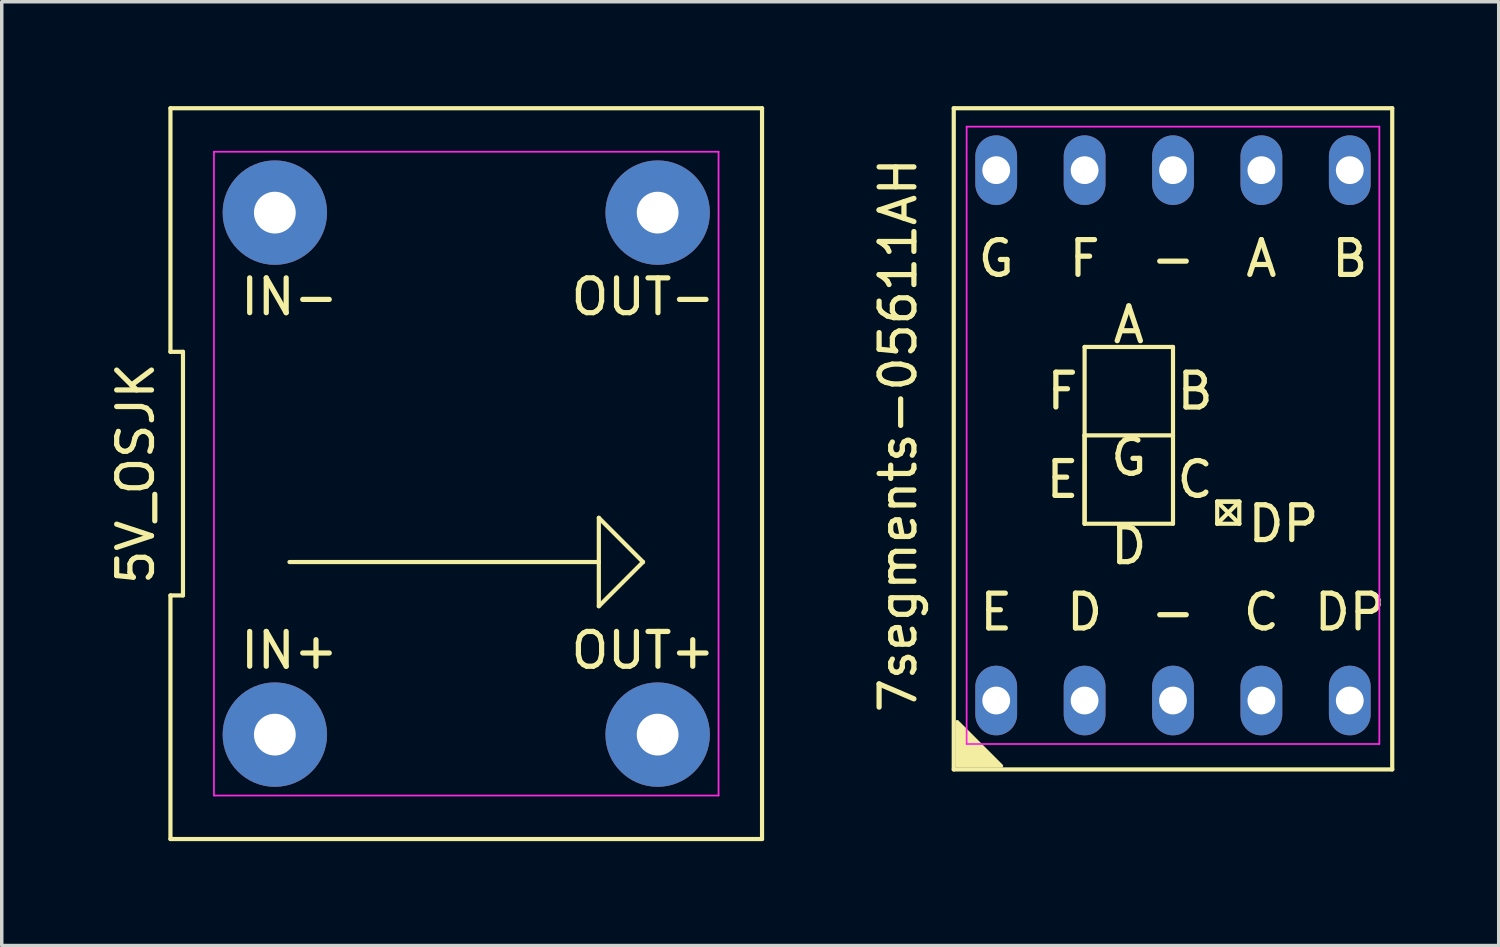
<source format=kicad_pcb>
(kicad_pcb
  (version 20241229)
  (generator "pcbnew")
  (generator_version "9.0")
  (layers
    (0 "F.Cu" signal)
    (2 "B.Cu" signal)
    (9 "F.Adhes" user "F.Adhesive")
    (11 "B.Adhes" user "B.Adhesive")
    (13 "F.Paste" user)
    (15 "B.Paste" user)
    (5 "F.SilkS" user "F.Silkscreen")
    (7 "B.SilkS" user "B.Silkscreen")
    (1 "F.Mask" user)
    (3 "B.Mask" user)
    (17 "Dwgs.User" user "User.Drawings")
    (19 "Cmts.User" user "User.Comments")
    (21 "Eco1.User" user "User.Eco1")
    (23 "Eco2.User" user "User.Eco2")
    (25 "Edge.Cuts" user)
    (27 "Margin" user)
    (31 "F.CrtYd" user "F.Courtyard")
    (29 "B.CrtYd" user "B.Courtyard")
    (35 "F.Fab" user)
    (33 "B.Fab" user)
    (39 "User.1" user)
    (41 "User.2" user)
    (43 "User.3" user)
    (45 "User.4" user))
  (footprint "7segments-05611AH"
    (layer "F.Cu")
    (at 30.657 9.46)
    (property "Reference" "7segments-05611AH" (at -7.9 0 90) (layer "F.SilkS") (effects (font (size 1 1) (thickness 0.15))))
    (attr through_hole)
    (fp_line (start -6.3 -9.4) (end -6.3 9.6) (stroke (width 0.12) (type solid)) (layer "F.SilkS"))
    (fp_line (start -6.3 -9.4) (end 6.3 -9.4) (stroke (width 0.12) (type solid)) (layer "F.SilkS"))
    (fp_line (start -6.3 9.6) (end 6.3 9.6) (stroke (width 0.12) (type solid)) (layer "F.SilkS"))
    (fp_line (start -2.54 -2.54) (end 0 -2.54) (stroke (width 0.12) (type solid)) (layer "F.SilkS"))
    (fp_line (start -2.54 0) (end -2.54 -2.54) (stroke (width 0.12) (type solid)) (layer "F.SilkS"))
    (fp_line (start -2.54 0) (end 0 0) (stroke (width 0.12) (type solid)) (layer "F.SilkS"))
    (fp_line (start -2.54 2.54) (end -2.54 0) (stroke (width 0.12) (type solid)) (layer "F.SilkS"))
    (fp_line (start -2.54 2.54) (end -2.54 0) (stroke (width 0.12) (type solid)) (layer "F.SilkS"))
    (fp_line (start 0 -2.54) (end 0 0) (stroke (width 0.12) (type solid)) (layer "F.SilkS"))
    (fp_line (start 0 0) (end 0 2.54) (stroke (width 0.12) (type solid)) (layer "F.SilkS"))
    (fp_line (start 0 2.54) (end -2.54 2.54) (stroke (width 0.12) (type solid)) (layer "F.SilkS"))
    (fp_line (start 1.27 1.905) (end 1.905 1.905) (stroke (width 0.12) (type solid)) (layer "F.SilkS"))
    (fp_line (start 1.27 1.905) (end 1.905 2.54) (stroke (width 0.12) (type solid)) (layer "F.SilkS"))
    (fp_line (start 1.27 2.54) (end 1.27 1.905) (stroke (width 0.12) (type solid)) (layer "F.SilkS"))
    (fp_line (start 1.27 2.54) (end 1.905 1.905) (stroke (width 0.12) (type solid)) (layer "F.SilkS"))
    (fp_line (start 1.905 1.905) (end 1.27 1.905) (stroke (width 0.12) (type solid)) (layer "F.SilkS"))
    (fp_line (start 1.905 1.905) (end 1.905 2.54) (stroke (width 0.12) (type solid)) (layer "F.SilkS"))
    (fp_line (start 1.905 2.54) (end 1.27 2.54) (stroke (width 0.12) (type solid)) (layer "F.SilkS"))
    (fp_line (start 6.3 9.6) (end 6.3 -9.4) (stroke (width 0.12) (type solid)) (layer "F.SilkS"))
    (fp_poly (pts (xy -4.93 9.5) (xy -6.2 9.5) (xy -6.2 8.23)) (stroke (width 0.1) (type solid)) (fill yes) (layer "F.SilkS"))
    (fp_line (start -5.93 -8.87) (end 5.93 -8.87) (stroke (width 0.05) (type solid)) (layer "F.CrtYd"))
    (fp_line (start -5.93 8.87) (end -5.93 -8.87) (stroke (width 0.05) (type solid)) (layer "F.CrtYd"))
    (fp_line (start 5.93 -8.87) (end 5.93 8.87) (stroke (width 0.05) (type solid)) (layer "F.CrtYd"))
    (fp_line (start 5.93 8.87) (end -5.93 8.87) (stroke (width 0.05) (type solid)) (layer "F.CrtYd"))
    (fp_text user "B" (at 0.635 -1.27 0) (layer "F.SilkS") (effects (font (size 1 1) (thickness 0.15))))
    (fp_text user "DP" (at 3.175 2.54 0) (layer "F.SilkS") (effects (font (size 1 1) (thickness 0.15))))
    (fp_text user "A" (at 2.54 -5.08 0) (layer "F.SilkS") (effects (font (size 1 1) (thickness 0.15))))
    (fp_text user "D" (at -2.54 5.08 0) (layer "F.SilkS") (effects (font (size 1 1) (thickness 0.15))))
    (fp_text user "G" (at -5.08 -5.08 0) (layer "F.SilkS") (effects (font (size 1 1) (thickness 0.15))))
    (fp_text user "B" (at 5.08 -5.08 0) (layer "F.SilkS") (effects (font (size 1 1) (thickness 0.15))))
    (fp_text user "E" (at -3.175 1.27 0) (layer "F.SilkS") (effects (font (size 1 1) (thickness 0.15))))
    (fp_text user "C" (at 0.635 1.27 0) (layer "F.SilkS") (effects (font (size 1 1) (thickness 0.15))))
    (fp_text user "A" (at -1.27 -3.175 0) (layer "F.SilkS") (effects (font (size 1 1) (thickness 0.15))))
    (fp_text user "C" (at 2.54 5.08 0) (layer "F.SilkS") (effects (font (size 1 1) (thickness 0.15))))
    (fp_text user "E" (at -5.08 5.08 0) (layer "F.SilkS") (effects (font (size 1 1) (thickness 0.15))))
    (fp_text user "F" (at -2.54 -5.08 0) (layer "F.SilkS") (effects (font (size 1 1) (thickness 0.15))))
    (fp_text user "D" (at -1.27 3.175 0) (layer "F.SilkS") (effects (font (size 1 1) (thickness 0.15))))
    (fp_text user "DP" (at 5.08 5.08 0) (layer "F.SilkS") (effects (font (size 1 1) (thickness 0.15))))
    (fp_text user "F" (at -3.175 -1.27 0) (layer "F.SilkS") (effects (font (size 1 1) (thickness 0.15))))
    (fp_text user "-" (at 0 5.08 0) (layer "F.SilkS") (effects (font (size 1 1) (thickness 0.15))))
    (fp_text user "G" (at -1.27 0.635 0) (layer "F.SilkS") (effects (font (size 1 1) (thickness 0.15))))
    (fp_text user "-" (at 0 -5.08 0) (layer "F.SilkS") (effects (font (size 1 1) (thickness 0.15))))
    (pad "1" thru_hole oval (at -5.08 7.62) (size 1.2 2) (drill 0.8) (layers "*.Cu" "*.Mask"))
    (pad "2" thru_hole oval (at -2.54 7.62) (size 1.2 2) (drill 0.8) (layers "*.Cu" "*.Mask"))
    (pad "3" thru_hole oval (at 0 7.62) (size 1.2 2) (drill 0.8) (layers "*.Cu" "*.Mask"))
    (pad "4" thru_hole oval (at 2.54 7.62) (size 1.2 2) (drill 0.8) (layers "*.Cu" "*.Mask"))
    (pad "5" thru_hole oval (at 5.08 7.62) (size 1.2 2) (drill 0.8) (layers "*.Cu" "*.Mask"))
    (pad "6" thru_hole oval (at 5.08 -7.62) (size 1.2 2) (drill 0.8) (layers "*.Cu" "*.Mask"))
    (pad "7" thru_hole oval (at 2.54 -7.62) (size 1.2 2) (drill 0.8) (layers "*.Cu" "*.Mask"))
    (pad "8" thru_hole oval (at 0 -7.62) (size 1.2 2) (drill 0.8) (layers "*.Cu" "*.Mask"))
    (pad "9" thru_hole oval (at -2.54 -7.62) (size 1.2 2) (drill 0.8) (layers "*.Cu" "*.Mask"))
    (pad "10" thru_hole oval (at -5.08 -7.62) (size 1.2 2) (drill 0.8) (layers "*.Cu" "*.Mask")))
  (footprint "5V_OSJK"
    (layer "F.Cu")
    (at 10.348 10.56)
    (property "Reference" "5V_OSJK" (at -9.5 0 90) (layer "F.SilkS") (effects (font (size 1 1) (thickness 0.15))))
    (attr through_hole)
    (fp_line (start -8.5 -10.5) (end -8.5 -3.5) (stroke (width 0.12) (type solid)) (layer "F.SilkS"))
    (fp_line (start -8.5 -3.5) (end -8.14 -3.5) (stroke (width 0.12) (type solid)) (layer "F.SilkS"))
    (fp_line (start -8.5 3.5) (end -8.5 10.5) (stroke (width 0.12) (type solid)) (layer "F.SilkS"))
    (fp_line (start -8.5 10.5) (end 8.5 10.5) (stroke (width 0.12) (type solid)) (layer "F.SilkS"))
    (fp_line (start -8.14 -3.5) (end -8.14 3.5) (stroke (width 0.12) (type solid)) (layer "F.SilkS"))
    (fp_line (start -8.14 3.5) (end -8.5 3.5) (stroke (width 0.12) (type solid)) (layer "F.SilkS"))
    (fp_line (start -5.08 2.54) (end 3.81 2.54) (stroke (width 0.12) (type solid)) (layer "F.SilkS"))
    (fp_line (start 3.81 1.27) (end 5.08 2.54) (stroke (width 0.12) (type solid)) (layer "F.SilkS"))
    (fp_line (start 3.81 2.54) (end 3.81 1.27) (stroke (width 0.12) (type solid)) (layer "F.SilkS"))
    (fp_line (start 3.81 3.81) (end 3.81 2.54) (stroke (width 0.12) (type solid)) (layer "F.SilkS"))
    (fp_line (start 5.08 2.54) (end 3.81 3.81) (stroke (width 0.12) (type solid)) (layer "F.SilkS"))
    (fp_line (start 8.5 -10.5) (end -8.5 -10.5) (stroke (width 0.12) (type solid)) (layer "F.SilkS"))
    (fp_line (start 8.5 10.5) (end 8.5 -10.5) (stroke (width 0.12) (type solid)) (layer "F.SilkS"))
    (fp_line (start -7.25 -9.25) (end 7.25 -9.25) (stroke (width 0.05) (type solid)) (layer "F.CrtYd"))
    (fp_line (start -7.25 9.25) (end -7.25 -9.25) (stroke (width 0.05) (type solid)) (layer "F.CrtYd"))
    (fp_line (start 7.25 -9.25) (end 7.25 9.25) (stroke (width 0.05) (type solid)) (layer "F.CrtYd"))
    (fp_line (start 7.25 9.25) (end -7.25 9.25) (stroke (width 0.05) (type solid)) (layer "F.CrtYd"))
    (fp_text user "IN+" (at -5.08 5.08 0) (layer "F.SilkS") (effects (font (size 1 1) (thickness 0.15))))
    (fp_text user "OUT+" (at 5.08 5.08 0) (layer "F.SilkS") (effects (font (size 1 1) (thickness 0.15))))
    (fp_text user "IN-" (at -5.08 -5.08 0) (layer "F.SilkS") (effects (font (size 1 1) (thickness 0.15))))
    (fp_text user "OUT-" (at 5.08 -5.08 0) (layer "F.SilkS") (effects (font (size 1 1) (thickness 0.15))))
    (pad "1" thru_hole circle (at -5.5 7.5) (size 3 3) (drill 1.2) (layers "*.Cu" "*.Mask"))
    (pad "2" thru_hole circle (at 5.5 7.5) (size 3 3) (drill 1.2) (layers "*.Cu" "*.Mask"))
    (pad "3" thru_hole circle (at 5.5 -7.5) (size 3 3) (drill 1.2) (layers "*.Cu" "*.Mask"))
    (pad "4" thru_hole circle (at -5.5 -7.5) (size 3 3) (drill 1.2) (layers "*.Cu" "*.Mask")))
  (gr_rect
    (start -3 -3)
    (end 40.017 24.12)
    (stroke (width 0.1) (type default))
    (fill no)
    (layer "Edge.Cuts")))
</source>
